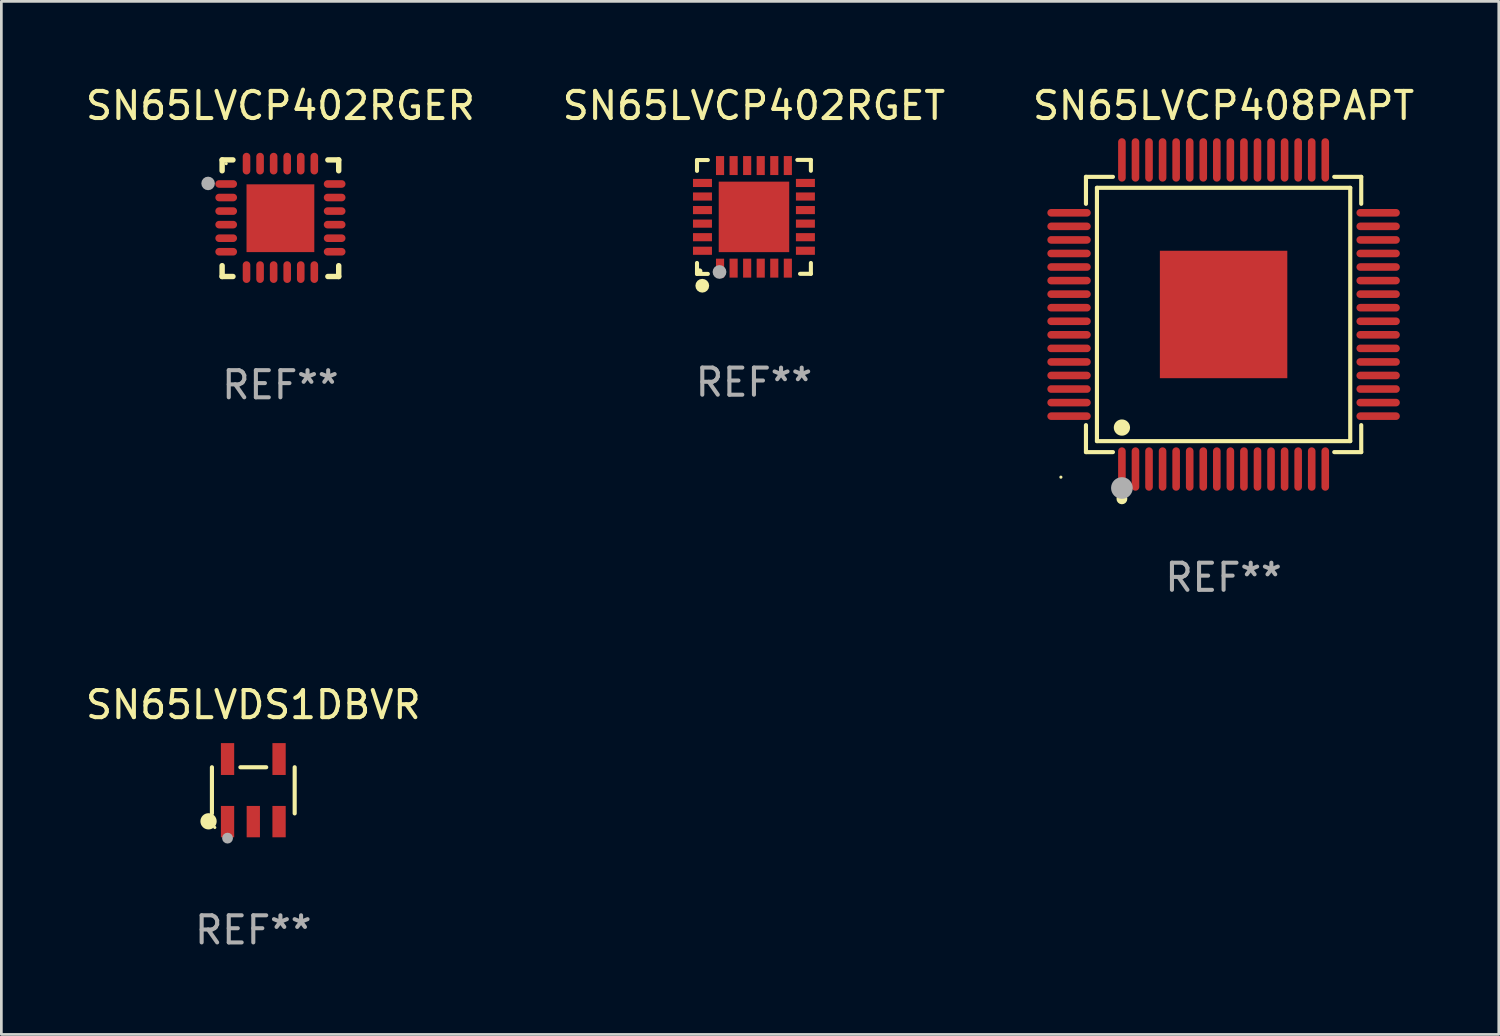
<source format=kicad_pcb>
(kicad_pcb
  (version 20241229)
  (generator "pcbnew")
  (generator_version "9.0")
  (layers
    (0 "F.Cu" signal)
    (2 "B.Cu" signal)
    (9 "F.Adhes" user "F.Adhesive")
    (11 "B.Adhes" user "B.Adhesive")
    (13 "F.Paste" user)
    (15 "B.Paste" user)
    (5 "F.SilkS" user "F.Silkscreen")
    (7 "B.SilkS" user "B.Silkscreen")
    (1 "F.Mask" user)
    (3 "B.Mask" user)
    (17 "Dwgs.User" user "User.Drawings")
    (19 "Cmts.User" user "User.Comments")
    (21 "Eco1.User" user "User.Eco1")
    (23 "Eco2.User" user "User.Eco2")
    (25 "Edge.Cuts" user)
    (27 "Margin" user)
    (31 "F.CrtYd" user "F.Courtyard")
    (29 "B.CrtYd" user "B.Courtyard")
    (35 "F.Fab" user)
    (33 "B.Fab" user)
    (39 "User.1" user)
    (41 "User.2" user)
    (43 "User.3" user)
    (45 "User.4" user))
  (footprint "SN65LVCP408PAPT"
    (layer "F.Cu")
    (at 42.077 8.548)
    (property "Reference" "SN65LVCP408PAPT" (at 0 -7.7 0) (layer "F.SilkS") (effects (font (size 1 1) (thickness 0.15))))
    (attr through_hole)
    (fp_line (start -5.076 -5.076) (end -4.081 -5.076) (stroke (width 0.152) (type solid)) (layer "F.SilkS"))
    (fp_line (start -5.076 -4.081) (end -5.076 -5.076) (stroke (width 0.152) (type solid)) (layer "F.SilkS"))
    (fp_line (start -5.076 4.081) (end -5.076 5.076) (stroke (width 0.152) (type solid)) (layer "F.SilkS"))
    (fp_line (start -5.076 5.076) (end -4.081 5.076) (stroke (width 0.152) (type solid)) (layer "F.SilkS"))
    (fp_line (start -4.671 -4.671) (end 4.671 -4.671) (stroke (width 0.152) (type solid)) (layer "F.SilkS"))
    (fp_line (start -4.671 4.671) (end -4.671 -4.671) (stroke (width 0.152) (type solid)) (layer "F.SilkS"))
    (fp_line (start 4.671 -4.671) (end 4.671 4.671) (stroke (width 0.152) (type solid)) (layer "F.SilkS"))
    (fp_line (start 4.671 4.671) (end -4.671 4.671) (stroke (width 0.152) (type solid)) (layer "F.SilkS"))
    (fp_line (start 5.076 -5.076) (end 4.081 -5.076) (stroke (width 0.152) (type solid)) (layer "F.SilkS"))
    (fp_line (start 5.076 -4.081) (end 5.076 -5.076) (stroke (width 0.152) (type solid)) (layer "F.SilkS"))
    (fp_line (start 5.076 4.081) (end 5.076 5.076) (stroke (width 0.152) (type solid)) (layer "F.SilkS"))
    (fp_line (start 5.076 5.076) (end 4.081 5.076) (stroke (width 0.152) (type solid)) (layer "F.SilkS"))
    (fp_circle (center -6 6) (end -5.97 6) (stroke (width 0.06) (type solid)) (fill no) (layer "F.SilkS"))
    (fp_circle (center -3.75 4.171) (end -3.6 4.171) (stroke (width 0.3) (type solid)) (fill no) (layer "F.SilkS"))
    (fp_circle (center -3.75 6.8) (end -3.65 6.8) (stroke (width 0.2) (type solid)) (fill no) (layer "F.SilkS"))
    (fp_circle (center -3.75 6.4) (end -3.55 6.4) (stroke (width 0.4) (type solid)) (fill no) (layer "F.Fab"))
    (fp_text user "REF**" (at 0 9.7 0) (layer "F.Fab") (effects (font (size 1 1) (thickness 0.15))))
    (pad "1" smd oval (at -3.75 5.7) (size 0.28 1.6) (layers "F.Cu" "F.Mask" "F.Paste"))
    (pad "2" smd oval (at -3.25 5.7) (size 0.28 1.6) (layers "F.Cu" "F.Mask" "F.Paste"))
    (pad "3" smd oval (at -2.75 5.7) (size 0.28 1.6) (layers "F.Cu" "F.Mask" "F.Paste"))
    (pad "4" smd oval (at -2.25 5.7) (size 0.28 1.6) (layers "F.Cu" "F.Mask" "F.Paste"))
    (pad "5" smd oval (at -1.75 5.7) (size 0.28 1.6) (layers "F.Cu" "F.Mask" "F.Paste"))
    (pad "6" smd oval (at -1.25 5.7) (size 0.28 1.6) (layers "F.Cu" "F.Mask" "F.Paste"))
    (pad "7" smd oval (at -0.75 5.7) (size 0.28 1.6) (layers "F.Cu" "F.Mask" "F.Paste"))
    (pad "8" smd oval (at -0.25 5.7) (size 0.28 1.6) (layers "F.Cu" "F.Mask" "F.Paste"))
    (pad "9" smd oval (at 0.25 5.7) (size 0.28 1.6) (layers "F.Cu" "F.Mask" "F.Paste"))
    (pad "10" smd oval (at 0.75 5.7) (size 0.28 1.6) (layers "F.Cu" "F.Mask" "F.Paste"))
    (pad "11" smd oval (at 1.25 5.7) (size 0.28 1.6) (layers "F.Cu" "F.Mask" "F.Paste"))
    (pad "12" smd oval (at 1.75 5.7) (size 0.28 1.6) (layers "F.Cu" "F.Mask" "F.Paste"))
    (pad "13" smd oval (at 2.25 5.7) (size 0.28 1.6) (layers "F.Cu" "F.Mask" "F.Paste"))
    (pad "14" smd oval (at 2.75 5.7) (size 0.28 1.6) (layers "F.Cu" "F.Mask" "F.Paste"))
    (pad "15" smd oval (at 3.25 5.7) (size 0.28 1.6) (layers "F.Cu" "F.Mask" "F.Paste"))
    (pad "16" smd oval (at 3.75 5.7) (size 0.28 1.6) (layers "F.Cu" "F.Mask" "F.Paste"))
    (pad "17" smd oval (at 5.7 3.75) (size 1.6 0.28) (layers "F.Cu" "F.Mask" "F.Paste"))
    (pad "18" smd oval (at 5.7 3.25) (size 1.6 0.28) (layers "F.Cu" "F.Mask" "F.Paste"))
    (pad "19" smd oval (at 5.7 2.75) (size 1.6 0.28) (layers "F.Cu" "F.Mask" "F.Paste"))
    (pad "20" smd oval (at 5.7 2.25) (size 1.6 0.28) (layers "F.Cu" "F.Mask" "F.Paste"))
    (pad "21" smd oval (at 5.7 1.75) (size 1.6 0.28) (layers "F.Cu" "F.Mask" "F.Paste"))
    (pad "22" smd oval (at 5.7 1.25) (size 1.6 0.28) (layers "F.Cu" "F.Mask" "F.Paste"))
    (pad "23" smd oval (at 5.7 0.75) (size 1.6 0.28) (layers "F.Cu" "F.Mask" "F.Paste"))
    (pad "24" smd oval (at 5.7 0.25) (size 1.6 0.28) (layers "F.Cu" "F.Mask" "F.Paste"))
    (pad "25" smd oval (at 5.7 -0.25) (size 1.6 0.28) (layers "F.Cu" "F.Mask" "F.Paste"))
    (pad "26" smd oval (at 5.7 -0.75) (size 1.6 0.28) (layers "F.Cu" "F.Mask" "F.Paste"))
    (pad "27" smd oval (at 5.7 -1.25) (size 1.6 0.28) (layers "F.Cu" "F.Mask" "F.Paste"))
    (pad "28" smd oval (at 5.7 -1.75) (size 1.6 0.28) (layers "F.Cu" "F.Mask" "F.Paste"))
    (pad "29" smd oval (at 5.7 -2.25) (size 1.6 0.28) (layers "F.Cu" "F.Mask" "F.Paste"))
    (pad "30" smd oval (at 5.7 -2.75) (size 1.6 0.28) (layers "F.Cu" "F.Mask" "F.Paste"))
    (pad "31" smd oval (at 5.7 -3.25) (size 1.6 0.28) (layers "F.Cu" "F.Mask" "F.Paste"))
    (pad "32" smd oval (at 5.7 -3.75) (size 1.6 0.28) (layers "F.Cu" "F.Mask" "F.Paste"))
    (pad "33" smd oval (at 3.75 -5.7) (size 0.28 1.6) (layers "F.Cu" "F.Mask" "F.Paste"))
    (pad "34" smd oval (at 3.25 -5.7) (size 0.28 1.6) (layers "F.Cu" "F.Mask" "F.Paste"))
    (pad "35" smd oval (at 2.75 -5.7) (size 0.28 1.6) (layers "F.Cu" "F.Mask" "F.Paste"))
    (pad "36" smd oval (at 2.25 -5.7) (size 0.28 1.6) (layers "F.Cu" "F.Mask" "F.Paste"))
    (pad "37" smd oval (at 1.75 -5.7) (size 0.28 1.6) (layers "F.Cu" "F.Mask" "F.Paste"))
    (pad "38" smd oval (at 1.25 -5.7) (size 0.28 1.6) (layers "F.Cu" "F.Mask" "F.Paste"))
    (pad "39" smd oval (at 0.75 -5.7) (size 0.28 1.6) (layers "F.Cu" "F.Mask" "F.Paste"))
    (pad "40" smd oval (at 0.25 -5.7) (size 0.28 1.6) (layers "F.Cu" "F.Mask" "F.Paste"))
    (pad "41" smd oval (at -0.25 -5.7) (size 0.28 1.6) (layers "F.Cu" "F.Mask" "F.Paste"))
    (pad "42" smd oval (at -0.75 -5.7) (size 0.28 1.6) (layers "F.Cu" "F.Mask" "F.Paste"))
    (pad "43" smd oval (at -1.25 -5.7) (size 0.28 1.6) (layers "F.Cu" "F.Mask" "F.Paste"))
    (pad "44" smd oval (at -1.75 -5.7) (size 0.28 1.6) (layers "F.Cu" "F.Mask" "F.Paste"))
    (pad "45" smd oval (at -2.25 -5.7) (size 0.28 1.6) (layers "F.Cu" "F.Mask" "F.Paste"))
    (pad "46" smd oval (at -2.75 -5.7) (size 0.28 1.6) (layers "F.Cu" "F.Mask" "F.Paste"))
    (pad "47" smd oval (at -3.25 -5.7) (size 0.28 1.6) (layers "F.Cu" "F.Mask" "F.Paste"))
    (pad "48" smd oval (at -3.75 -5.7) (size 0.28 1.6) (layers "F.Cu" "F.Mask" "F.Paste"))
    (pad "49" smd oval (at -5.7 -3.75) (size 1.6 0.28) (layers "F.Cu" "F.Mask" "F.Paste"))
    (pad "50" smd oval (at -5.7 -3.25) (size 1.6 0.28) (layers "F.Cu" "F.Mask" "F.Paste"))
    (pad "51" smd oval (at -5.7 -2.75) (size 1.6 0.28) (layers "F.Cu" "F.Mask" "F.Paste"))
    (pad "52" smd oval (at -5.7 -2.25) (size 1.6 0.28) (layers "F.Cu" "F.Mask" "F.Paste"))
    (pad "53" smd oval (at -5.7 -1.75) (size 1.6 0.28) (layers "F.Cu" "F.Mask" "F.Paste"))
    (pad "54" smd oval (at -5.7 -1.25) (size 1.6 0.28) (layers "F.Cu" "F.Mask" "F.Paste"))
    (pad "55" smd oval (at -5.7 -0.75) (size 1.6 0.28) (layers "F.Cu" "F.Mask" "F.Paste"))
    (pad "56" smd oval (at -5.7 -0.25) (size 1.6 0.28) (layers "F.Cu" "F.Mask" "F.Paste"))
    (pad "57" smd oval (at -5.7 0.25) (size 1.6 0.28) (layers "F.Cu" "F.Mask" "F.Paste"))
    (pad "58" smd oval (at -5.7 0.75) (size 1.6 0.28) (layers "F.Cu" "F.Mask" "F.Paste"))
    (pad "59" smd oval (at -5.7 1.25) (size 1.6 0.28) (layers "F.Cu" "F.Mask" "F.Paste"))
    (pad "60" smd oval (at -5.7 1.75) (size 1.6 0.28) (layers "F.Cu" "F.Mask" "F.Paste"))
    (pad "61" smd oval (at -5.7 2.25) (size 1.6 0.28) (layers "F.Cu" "F.Mask" "F.Paste"))
    (pad "62" smd oval (at -5.7 2.75) (size 1.6 0.28) (layers "F.Cu" "F.Mask" "F.Paste"))
    (pad "63" smd oval (at -5.7 3.25) (size 1.6 0.28) (layers "F.Cu" "F.Mask" "F.Paste"))
    (pad "64" smd oval (at -5.7 3.75) (size 1.6 0.28) (layers "F.Cu" "F.Mask" "F.Paste"))
    (pad "65" smd rect (at 0 0) (size 4.7 4.7) (layers "F.Cu" "F.Mask" "F.Paste")))
  (footprint "SN65LVCP402RGER"
    (layer "F.Cu")
    (at 7.292 4.998)
    (property "Reference" "SN65LVCP402RGER" (at 0 -4.15 0) (layer "F.SilkS") (effects (font (size 1 1) (thickness 0.15))))
    (attr through_hole)
    (fp_line (start -2.15 -2.15) (end -1.75 -2.15) (stroke (width 0.2) (type solid)) (layer "F.SilkS"))
    (fp_line (start -2.15 -1.75) (end -2.15 -2.15) (stroke (width 0.2) (type solid)) (layer "F.SilkS"))
    (fp_line (start -2.15 2.15) (end -2.15 1.75) (stroke (width 0.2) (type solid)) (layer "F.SilkS"))
    (fp_line (start -1.75 2.15) (end -2.15 2.15) (stroke (width 0.2) (type solid)) (layer "F.SilkS"))
    (fp_line (start 1.75 -2.15) (end 2.15 -2.15) (stroke (width 0.2) (type solid)) (layer "F.SilkS"))
    (fp_line (start 1.75 2.15) (end 2.15 2.15) (stroke (width 0.2) (type solid)) (layer "F.SilkS"))
    (fp_line (start 2.15 -2.15) (end 2.15 -1.75) (stroke (width 0.2) (type solid)) (layer "F.SilkS"))
    (fp_line (start 2.15 2.15) (end 2.15 1.75) (stroke (width 0.2) (type solid)) (layer "F.SilkS"))
    (fp_circle (center -2 -2.013) (end -1.97 -2.013) (stroke (width 0.06) (type solid)) (fill no) (layer "F.SilkS"))
    (fp_circle (center -2.667 -1.283) (end -2.542 -1.283) (stroke (width 0.25) (type solid)) (fill no) (layer "F.Fab"))
    (fp_text user "REF**" (at 0 6.15 0) (layer "F.Fab") (effects (font (size 1 1) (thickness 0.15))))
    (pad "1" smd oval (at -2 -1.263) (size 0.8 0.28) (layers "F.Cu" "F.Mask" "F.Paste"))
    (pad "2" smd oval (at -2 -0.763) (size 0.8 0.28) (layers "F.Cu" "F.Mask" "F.Paste"))
    (pad "3" smd oval (at -2 -0.263) (size 0.8 0.28) (layers "F.Cu" "F.Mask" "F.Paste"))
    (pad "4" smd oval (at -2 0.237) (size 0.8 0.28) (layers "F.Cu" "F.Mask" "F.Paste"))
    (pad "5" smd oval (at -2 0.737) (size 0.8 0.28) (layers "F.Cu" "F.Mask" "F.Paste"))
    (pad "6" smd oval (at -2 1.237) (size 0.8 0.28) (layers "F.Cu" "F.Mask" "F.Paste"))
    (pad "7" smd oval (at -1.25 1.987) (size 0.28 0.8) (layers "F.Cu" "F.Mask" "F.Paste"))
    (pad "8" smd oval (at -0.75 1.987) (size 0.28 0.8) (layers "F.Cu" "F.Mask" "F.Paste"))
    (pad "9" smd oval (at -0.25 1.987) (size 0.28 0.8) (layers "F.Cu" "F.Mask" "F.Paste"))
    (pad "10" smd oval (at 0.25 1.987) (size 0.28 0.8) (layers "F.Cu" "F.Mask" "F.Paste"))
    (pad "11" smd oval (at 0.75 1.987) (size 0.28 0.8) (layers "F.Cu" "F.Mask" "F.Paste"))
    (pad "12" smd oval (at 1.25 1.987) (size 0.28 0.8) (layers "F.Cu" "F.Mask" "F.Paste"))
    (pad "13" smd oval (at 2 1.237) (size 0.8 0.28) (layers "F.Cu" "F.Mask" "F.Paste"))
    (pad "14" smd oval (at 2 0.737) (size 0.8 0.28) (layers "F.Cu" "F.Mask" "F.Paste"))
    (pad "15" smd oval (at 2 0.237) (size 0.8 0.28) (layers "F.Cu" "F.Mask" "F.Paste"))
    (pad "16" smd oval (at 2 -0.263) (size 0.8 0.28) (layers "F.Cu" "F.Mask" "F.Paste"))
    (pad "17" smd oval (at 2 -0.763) (size 0.8 0.28) (layers "F.Cu" "F.Mask" "F.Paste"))
    (pad "18" smd oval (at 2 -1.263) (size 0.8 0.28) (layers "F.Cu" "F.Mask" "F.Paste"))
    (pad "19" smd oval (at 1.25 -2.013) (size 0.28 0.8) (layers "F.Cu" "F.Mask" "F.Paste"))
    (pad "20" smd oval (at 0.75 -2.013) (size 0.28 0.8) (layers "F.Cu" "F.Mask" "F.Paste"))
    (pad "21" smd oval (at 0.25 -2.013) (size 0.28 0.8) (layers "F.Cu" "F.Mask" "F.Paste"))
    (pad "22" smd oval (at -0.25 -2.013) (size 0.28 0.8) (layers "F.Cu" "F.Mask" "F.Paste"))
    (pad "23" smd oval (at -0.75 -2.013) (size 0.28 0.8) (layers "F.Cu" "F.Mask" "F.Paste"))
    (pad "24" smd oval (at -1.25 -2.013) (size 0.28 0.8) (layers "F.Cu" "F.Mask" "F.Paste"))
    (pad "25" smd rect (at -0.000127 -0.00014) (size 2.5 2.5) (layers "F.Cu" "F.Mask" "F.Paste")))
  (footprint "SN65LVDS1DBVR"
    (layer "F.Cu")
    (at 6.292 26.098)
    (property "Reference" "SN65LVDS1DBVR" (at 0 -3.154 0) (layer "F.SilkS") (effects (font (size 1 1) (thickness 0.15))))
    (attr through_hole)
    (fp_line (start -1.526 0.851) (end -1.526 -0.851) (stroke (width 0.152) (type solid)) (layer "F.SilkS"))
    (fp_line (start 0.476 -0.851) (end -0.476 -0.851) (stroke (width 0.152) (type solid)) (layer "F.SilkS"))
    (fp_line (start 1.526 0.851) (end 1.526 -0.851) (stroke (width 0.152) (type solid)) (layer "F.SilkS"))
    (fp_circle (center -1.651 1.143) (end -1.501 1.143) (stroke (width 0.3) (type solid)) (fill no) (layer "F.SilkS"))
    (fp_circle (center -1.42 1.37) (end -1.39 1.37) (stroke (width 0.06) (type solid)) (fill no) (layer "F.SilkS"))
    (fp_circle (center -0.95 1.763) (end -0.85 1.763) (stroke (width 0.2) (type solid)) (fill no) (layer "F.Fab"))
    (fp_text user "REF**" (at 0 5.154 0) (layer "F.Fab") (effects (font (size 1 1) (thickness 0.15))))
    (pad "1" smd rect (at -0.95 1.154) (size 0.49 1.157) (layers "F.Cu" "F.Mask" "F.Paste"))
    (pad "2" smd rect (at 0 1.154) (size 0.49 1.157) (layers "F.Cu" "F.Mask" "F.Paste"))
    (pad "3" smd rect (at 0.95 1.154) (size 0.49 1.157) (layers "F.Cu" "F.Mask" "F.Paste"))
    (pad "4" smd rect (at 0.95 -1.154) (size 0.49 1.175) (layers "F.Cu" "F.Mask" "F.Paste"))
    (pad "5" smd rect (at -0.95 -1.154) (size 0.49 1.175) (layers "F.Cu" "F.Mask" "F.Paste")))
  (footprint "SN65LVCP402RGET"
    (layer "F.Cu")
    (at 24.756 4.95)
    (property "Reference" "SN65LVCP402RGET" (at 0 -4.102 0) (layer "F.SilkS") (effects (font (size 1 1) (thickness 0.15))))
    (attr through_hole)
    (fp_line (start -2.1 -2.098) (end -1.7 -2.098) (stroke (width 0.15) (type solid)) (layer "F.SilkS"))
    (fp_line (start -2.1 -1.698) (end -2.1 -2.098) (stroke (width 0.15) (type solid)) (layer "F.SilkS"))
    (fp_line (start -2.1 2.102) (end -2.1 1.698) (stroke (width 0.15) (type solid)) (layer "F.SilkS"))
    (fp_line (start -1.7 2.102) (end -2.1 2.102) (stroke (width 0.15) (type solid)) (layer "F.SilkS"))
    (fp_line (start 1.6 -2.102) (end 2.1 -2.102) (stroke (width 0.15) (type solid)) (layer "F.SilkS"))
    (fp_line (start 1.7 2.098) (end 2.1 2.098) (stroke (width 0.15) (type solid)) (layer "F.SilkS"))
    (fp_line (start 2.1 -2.102) (end 2.1 -1.702) (stroke (width 0.15) (type solid)) (layer "F.SilkS"))
    (fp_line (start 2.1 2.098) (end 2.1 1.698) (stroke (width 0.15) (type solid)) (layer "F.SilkS"))
    (fp_circle (center -2 1.998) (end -1.95 1.998) (stroke (width 0.1) (type solid)) (fill no) (layer "F.SilkS"))
    (fp_circle (center -1.905 2.538) (end -1.778 2.538) (stroke (width 0.254) (type solid)) (fill no) (layer "F.SilkS"))
    (fp_circle (center -1.27 2.03) (end -1.143 2.03) (stroke (width 0.254) (type solid)) (fill no) (layer "F.Fab"))
    (fp_text user "REF**" (at 0 6.102 0) (layer "F.Fab") (effects (font (size 1 1) (thickness 0.15))))
    (pad "1" smd rect (at -1.25 1.89 180) (size 0.3 0.7) (layers "F.Cu" "F.Mask" "F.Paste"))
    (pad "2" smd rect (at -0.75 1.889 180) (size 0.3 0.7) (layers "F.Cu" "F.Mask" "F.Paste"))
    (pad "3" smd rect (at -0.25 1.889 180) (size 0.3 0.7) (layers "F.Cu" "F.Mask" "F.Paste"))
    (pad "4" smd rect (at 0.25 1.889 180) (size 0.3 0.7) (layers "F.Cu" "F.Mask" "F.Paste"))
    (pad "5" smd rect (at 0.75 1.889 180) (size 0.3 0.7) (layers "F.Cu" "F.Mask" "F.Paste"))
    (pad "6" smd rect (at 1.25 1.889 180) (size 0.3 0.7) (layers "F.Cu" "F.Mask" "F.Paste"))
    (pad "7" smd rect (at 1.898 1.248 270) (size 0.3 0.7) (layers "F.Cu" "F.Mask" "F.Paste"))
    (pad "8" smd rect (at 1.898 0.748 270) (size 0.3 0.7) (layers "F.Cu" "F.Mask" "F.Paste"))
    (pad "9" smd rect (at 1.898 0.248 270) (size 0.3 0.7) (layers "F.Cu" "F.Mask" "F.Paste"))
    (pad "10" smd rect (at 1.898 -0.252 270) (size 0.3 0.7) (layers "F.Cu" "F.Mask" "F.Paste"))
    (pad "11" smd rect (at 1.898 -0.752 270) (size 0.3 0.7) (layers "F.Cu" "F.Mask" "F.Paste"))
    (pad "12" smd rect (at 1.898 -1.252 270) (size 0.3 0.7) (layers "F.Cu" "F.Mask" "F.Paste"))
    (pad "13" smd rect (at 1.25 -1.894) (size 0.3 0.7) (layers "F.Cu" "F.Mask" "F.Paste"))
    (pad "14" smd rect (at 0.75 -1.894) (size 0.3 0.7) (layers "F.Cu" "F.Mask" "F.Paste"))
    (pad "15" smd rect (at 0.25 -1.894) (size 0.3 0.7) (layers "F.Cu" "F.Mask" "F.Paste"))
    (pad "16" smd rect (at -0.25 -1.894) (size 0.3 0.7) (layers "F.Cu" "F.Mask" "F.Paste"))
    (pad "17" smd rect (at -0.75 -1.894) (size 0.3 0.7) (layers "F.Cu" "F.Mask" "F.Paste"))
    (pad "18" smd rect (at -1.25 -1.894) (size 0.3 0.7) (layers "F.Cu" "F.Mask" "F.Paste"))
    (pad "19" smd rect (at -1.898 -1.252 90) (size 0.3 0.7) (layers "F.Cu" "F.Mask" "F.Paste"))
    (pad "20" smd rect (at -1.898 -0.752 90) (size 0.3 0.7) (layers "F.Cu" "F.Mask" "F.Paste"))
    (pad "21" smd rect (at -1.898 -0.252 90) (size 0.3 0.7) (layers "F.Cu" "F.Mask" "F.Paste"))
    (pad "22" smd rect (at -1.898 0.248 90) (size 0.3 0.7) (layers "F.Cu" "F.Mask" "F.Paste"))
    (pad "23" smd rect (at -1.898 0.748 90) (size 0.3 0.7) (layers "F.Cu" "F.Mask" "F.Paste"))
    (pad "24" smd rect (at -1.898 1.248 90) (size 0.3 0.7) (layers "F.Cu" "F.Mask" "F.Paste"))
    (pad "25" smd rect (at 0.001 -0.001 90) (size 2.6 2.6) (layers "F.Cu" "F.Mask" "F.Paste")))
  (gr_rect
    (start -3 -3)
    (end 52.226 35.1)
    (stroke (width 0.1) (type default))
    (fill no)
    (layer "Edge.Cuts")))
</source>
